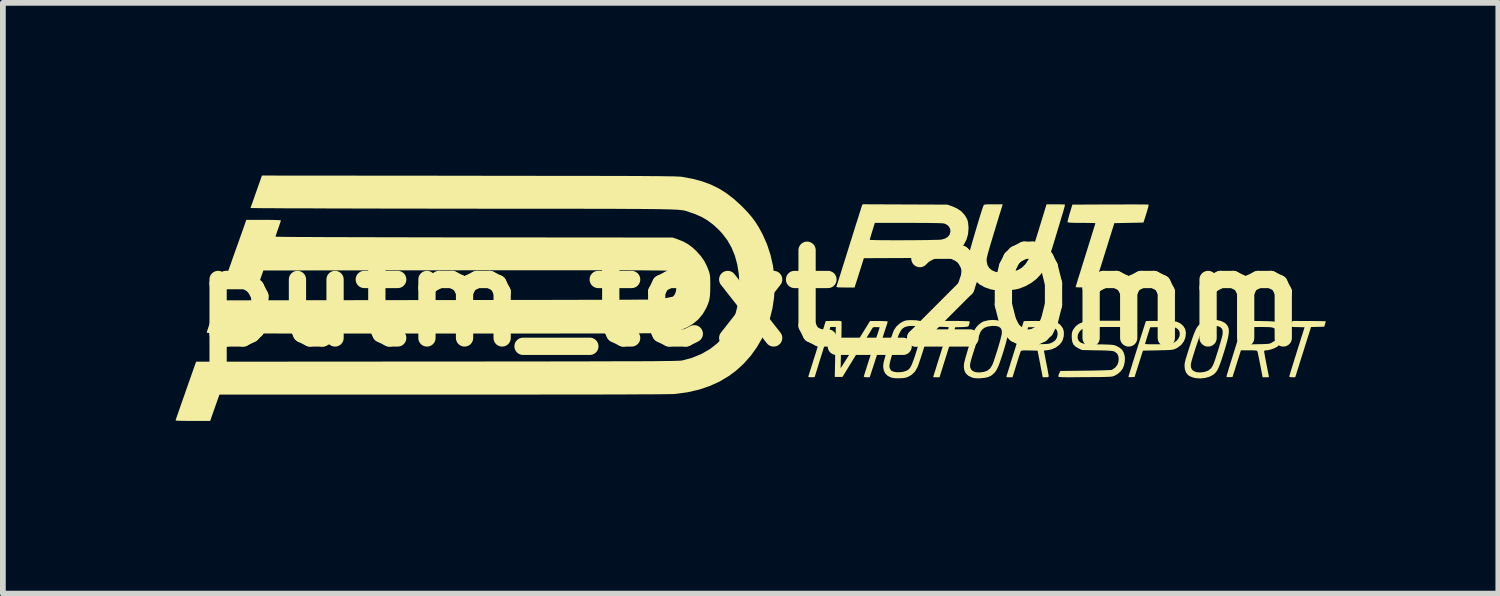
<source format=kicad_pcb>
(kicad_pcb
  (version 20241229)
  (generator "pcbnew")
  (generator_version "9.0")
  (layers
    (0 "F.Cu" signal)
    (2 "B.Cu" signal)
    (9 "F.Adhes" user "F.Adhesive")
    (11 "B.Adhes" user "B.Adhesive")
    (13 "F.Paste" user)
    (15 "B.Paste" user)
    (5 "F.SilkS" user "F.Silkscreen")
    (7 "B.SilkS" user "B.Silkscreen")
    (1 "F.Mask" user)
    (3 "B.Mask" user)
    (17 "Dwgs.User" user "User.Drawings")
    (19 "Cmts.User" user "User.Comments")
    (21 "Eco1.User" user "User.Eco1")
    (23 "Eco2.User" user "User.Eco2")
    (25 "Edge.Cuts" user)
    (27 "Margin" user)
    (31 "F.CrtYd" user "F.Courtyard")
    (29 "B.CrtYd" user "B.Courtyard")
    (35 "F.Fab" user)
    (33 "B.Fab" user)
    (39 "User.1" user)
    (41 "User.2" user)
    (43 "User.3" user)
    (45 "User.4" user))
  (footprint "putm_text_20mm"
    (layer "F.Cu")
    (at 9.992 2.132)
    (property "Reference" "putm_text_20mm" (at 0 0 0) (layer "F.SilkS") (effects (font (size 1.524 1.524) (thickness 0.3))))
    (attr board_only exclude_from_pos_files exclude_from_bom)
    (fp_poly (pts (xy 9.7 0.395) (xy 9.775 0.395) (xy 9.843 0.396) (xy 9.901 0.397) (xy 9.946 0.398) (xy 9.977 0.399) (xy 9.989 0.4) (xy 9.989 0.4) (xy 9.989 0.411) (xy 9.983 0.436) (xy 9.979 0.449) (xy 9.964 0.494) (xy 9.735 0.5) (xy 9.633 0.824) (xy 9.607 0.909) (xy 9.58 0.993) (xy 9.555 1.072) (xy 9.533 1.143) (xy 9.514 1.203) (xy 9.5 1.248) (xy 9.496 1.261) (xy 9.461 1.372) (xy 9.409 1.372) (xy 9.373 1.37) (xy 9.358 1.362) (xy 9.357 1.359) (xy 9.36 1.347) (xy 9.369 1.317) (xy 9.383 1.271) (xy 9.401 1.212) (xy 9.423 1.142) (xy 9.447 1.062) (xy 9.475 0.975) (xy 9.49 0.925) (xy 9.623 0.504) (xy 9.506 0.501) (xy 9.455 0.5) (xy 9.422 0.498) (xy 9.402 0.495) (xy 9.392 0.49) (xy 9.389 0.482) (xy 9.389 0.475) (xy 9.393 0.449) (xy 9.402 0.423) (xy 9.415 0.394)) (stroke (width 0) (type solid)) (fill yes) (layer "F.SilkS"))
    (fp_poly (pts (xy 3.522 0.394) (xy 3.596 0.394) (xy 3.663 0.395) (xy 3.72 0.397) (xy 3.765 0.398) (xy 3.794 0.4) (xy 3.805 0.402) (xy 3.805 0.403) (xy 3.802 0.431) (xy 3.794 0.461) (xy 3.784 0.483) (xy 3.78 0.488) (xy 3.765 0.493) (xy 3.734 0.497) (xy 3.692 0.5) (xy 3.66 0.501) (xy 3.553 0.504) (xy 3.281 1.372) (xy 3.226 1.372) (xy 3.195 1.372) (xy 3.175 1.37) (xy 3.171 1.368) (xy 3.174 1.357) (xy 3.183 1.329) (xy 3.196 1.285) (xy 3.215 1.227) (xy 3.236 1.158) (xy 3.261 1.079) (xy 3.288 0.993) (xy 3.306 0.936) (xy 3.335 0.846) (xy 3.361 0.762) (xy 3.385 0.686) (xy 3.405 0.621) (xy 3.422 0.568) (xy 3.434 0.53) (xy 3.44 0.508) (xy 3.441 0.504) (xy 3.432 0.502) (xy 3.405 0.5) (xy 3.367 0.498) (xy 3.324 0.497) (xy 3.274 0.495) (xy 3.241 0.494) (xy 3.221 0.491) (xy 3.212 0.486) (xy 3.21 0.478) (xy 3.21 0.469) (xy 3.217 0.44) (xy 3.226 0.419) (xy 3.239 0.394)) (stroke (width 0) (type solid)) (fill yes) (layer "F.SilkS"))
    (fp_poly (pts (xy 6.66 -1.631) (xy 6.74 -1.63) (xy 6.807 -1.63) (xy 6.859 -1.629) (xy 6.893 -1.629) (xy 6.91 -1.628) (xy 6.91 -1.628) (xy 6.913 -1.617) (xy 6.907 -1.587) (xy 6.894 -1.539) (xy 6.874 -1.471) (xy 6.873 -1.469) (xy 6.824 -1.315) (xy 6.571 -1.31) (xy 6.318 -1.305) (xy 6.144 -0.749) (xy 5.97 -0.192) (xy 5.808 -0.189) (xy 5.752 -0.189) (xy 5.705 -0.189) (xy 5.67 -0.191) (xy 5.649 -0.193) (xy 5.646 -0.194) (xy 5.649 -0.206) (xy 5.657 -0.235) (xy 5.671 -0.28) (xy 5.689 -0.34) (xy 5.712 -0.412) (xy 5.738 -0.495) (xy 5.766 -0.587) (xy 5.797 -0.686) (xy 5.817 -0.75) (xy 5.849 -0.852) (xy 5.879 -0.949) (xy 5.907 -1.037) (xy 5.931 -1.116) (xy 5.952 -1.184) (xy 5.969 -1.238) (xy 5.981 -1.277) (xy 5.988 -1.299) (xy 5.989 -1.304) (xy 5.979 -1.306) (xy 5.951 -1.307) (xy 5.908 -1.308) (xy 5.853 -1.309) (xy 5.789 -1.31) (xy 5.749 -1.31) (xy 5.668 -1.31) (xy 5.605 -1.311) (xy 5.56 -1.313) (xy 5.529 -1.315) (xy 5.512 -1.319) (xy 5.505 -1.323) (xy 5.506 -1.337) (xy 5.513 -1.367) (xy 5.524 -1.409) (xy 5.538 -1.46) (xy 5.545 -1.482) (xy 5.589 -1.627) (xy 6.244 -1.63) (xy 6.359 -1.63) (xy 6.468 -1.63) (xy 6.569 -1.631)) (stroke (width 0) (type solid)) (fill yes) (layer "F.SilkS"))
    (fp_poly (pts (xy 7.067 0.394) (xy 7.132 0.395) (xy 7.197 0.396) (xy 7.259 0.398) (xy 7.314 0.4) (xy 7.36 0.403) (xy 7.391 0.405) (xy 7.405 0.408) (xy 7.467 0.438) (xy 7.516 0.481) (xy 7.548 0.533) (xy 7.561 0.592) (xy 7.562 0.602) (xy 7.553 0.68) (xy 7.526 0.749) (xy 7.482 0.808) (xy 7.42 0.856) (xy 7.395 0.87) (xy 7.376 0.879) (xy 7.359 0.886) (xy 7.341 0.891) (xy 7.318 0.895) (xy 7.289 0.898) (xy 7.249 0.9) (xy 7.196 0.902) (xy 7.128 0.903) (xy 7.075 0.905) (xy 6.815 0.91) (xy 6.775 1.035) (xy 6.756 1.096) (xy 6.735 1.162) (xy 6.715 1.225) (xy 6.703 1.263) (xy 6.67 1.367) (xy 6.614 1.37) (xy 6.582 1.371) (xy 6.567 1.369) (xy 6.563 1.362) (xy 6.565 1.355) (xy 6.585 1.29) (xy 6.608 1.216) (xy 6.633 1.134) (xy 6.66 1.048) (xy 6.688 0.959) (xy 6.716 0.869) (xy 6.74 0.794) (xy 6.852 0.794) (xy 6.862 0.796) (xy 6.889 0.798) (xy 6.932 0.799) (xy 6.986 0.799) (xy 7.049 0.799) (xy 7.078 0.799) (xy 7.153 0.798) (xy 7.21 0.796) (xy 7.252 0.794) (xy 7.283 0.792) (xy 7.307 0.788) (xy 7.325 0.783) (xy 7.342 0.776) (xy 7.356 0.769) (xy 7.401 0.737) (xy 7.432 0.698) (xy 7.451 0.655) (xy 7.455 0.611) (xy 7.446 0.57) (xy 7.422 0.536) (xy 7.384 0.513) (xy 7.374 0.509) (xy 7.348 0.505) (xy 7.304 0.502) (xy 7.246 0.501) (xy 7.175 0.501) (xy 7.138 0.501) (xy 6.941 0.504) (xy 6.896 0.645) (xy 6.88 0.696) (xy 6.867 0.74) (xy 6.857 0.773) (xy 6.852 0.791) (xy 6.852 0.794) (xy 6.74 0.794) (xy 6.744 0.781) (xy 6.77 0.697) (xy 6.795 0.619) (xy 6.817 0.55) (xy 6.836 0.491) (xy 6.851 0.444) (xy 6.861 0.413) (xy 6.866 0.399) (xy 6.866 0.398) (xy 6.879 0.396) (xy 6.908 0.394) (xy 6.952 0.394) (xy 7.006 0.393)) (stroke (width 0) (type solid)) (fill yes) (layer "F.SilkS"))
    (fp_poly (pts (xy 4.273 0.381) (xy 4.34 0.397) (xy 4.395 0.423) (xy 4.412 0.437) (xy 4.438 0.464) (xy 4.457 0.494) (xy 4.468 0.53) (xy 4.471 0.573) (xy 4.467 0.627) (xy 4.455 0.692) (xy 4.436 0.771) (xy 4.408 0.866) (xy 4.394 0.915) (xy 4.363 1.011) (xy 4.337 1.088) (xy 4.315 1.151) (xy 4.294 1.2) (xy 4.274 1.24) (xy 4.255 1.27) (xy 4.235 1.296) (xy 4.226 1.304) (xy 4.183 1.341) (xy 4.134 1.366) (xy 4.075 1.381) (xy 4.002 1.389) (xy 3.992 1.39) (xy 3.938 1.391) (xy 3.897 1.388) (xy 3.862 1.382) (xy 3.839 1.374) (xy 3.779 1.345) (xy 3.737 1.304) (xy 3.712 1.253) (xy 3.703 1.188) (xy 3.705 1.15) (xy 3.705 1.146) (xy 3.812 1.146) (xy 3.812 1.197) (xy 3.83 1.238) (xy 3.863 1.267) (xy 3.911 1.284) (xy 3.972 1.289) (xy 4.046 1.28) (xy 4.055 1.278) (xy 4.113 1.257) (xy 4.159 1.22) (xy 4.194 1.166) (xy 4.207 1.137) (xy 4.223 1.092) (xy 4.242 1.036) (xy 4.263 0.972) (xy 4.285 0.903) (xy 4.306 0.833) (xy 4.325 0.767) (xy 4.342 0.707) (xy 4.354 0.657) (xy 4.362 0.621) (xy 4.364 0.608) (xy 4.362 0.558) (xy 4.346 0.521) (xy 4.315 0.496) (xy 4.269 0.483) (xy 4.205 0.48) (xy 4.184 0.482) (xy 4.115 0.492) (xy 4.062 0.512) (xy 4.021 0.544) (xy 3.996 0.578) (xy 3.985 0.602) (xy 3.97 0.642) (xy 3.951 0.694) (xy 3.929 0.756) (xy 3.906 0.824) (xy 3.884 0.894) (xy 3.862 0.962) (xy 3.843 1.025) (xy 3.827 1.08) (xy 3.816 1.122) (xy 3.812 1.146) (xy 3.705 1.146) (xy 3.709 1.123) (xy 3.72 1.079) (xy 3.735 1.022) (xy 3.754 0.957) (xy 3.775 0.886) (xy 3.798 0.813) (xy 3.82 0.742) (xy 3.842 0.677) (xy 3.862 0.62) (xy 3.878 0.575) (xy 3.89 0.547) (xy 3.924 0.497) (xy 3.969 0.452) (xy 4.018 0.416) (xy 4.05 0.401) (xy 4.124 0.383) (xy 4.199 0.376)) (stroke (width 0) (type solid)) (fill yes) (layer "F.SilkS"))
    (fp_poly (pts (xy 8.105 0.379) (xy 8.172 0.395) (xy 8.228 0.422) (xy 8.249 0.437) (xy 8.274 0.463) (xy 8.293 0.493) (xy 8.304 0.527) (xy 8.308 0.569) (xy 8.304 0.62) (xy 8.294 0.682) (xy 8.275 0.758) (xy 8.249 0.85) (xy 8.225 0.929) (xy 8.195 1.024) (xy 8.169 1.102) (xy 8.146 1.164) (xy 8.126 1.213) (xy 8.106 1.251) (xy 8.086 1.281) (xy 8.065 1.304) (xy 8.042 1.324) (xy 8.026 1.335) (xy 7.964 1.366) (xy 7.89 1.385) (xy 7.811 1.393) (xy 7.733 1.388) (xy 7.676 1.374) (xy 7.64 1.359) (xy 7.611 1.343) (xy 7.599 1.335) (xy 7.565 1.292) (xy 7.544 1.236) (xy 7.538 1.183) (xy 7.538 1.163) (xy 7.539 1.147) (xy 7.647 1.147) (xy 7.648 1.198) (xy 7.666 1.238) (xy 7.7 1.267) (xy 7.748 1.284) (xy 7.81 1.289) (xy 7.883 1.28) (xy 7.891 1.278) (xy 7.951 1.256) (xy 7.998 1.217) (xy 8.028 1.171) (xy 8.04 1.144) (xy 8.056 1.102) (xy 8.075 1.047) (xy 8.095 0.983) (xy 8.117 0.915) (xy 8.139 0.845) (xy 8.158 0.779) (xy 8.176 0.718) (xy 8.189 0.668) (xy 8.198 0.631) (xy 8.2 0.618) (xy 8.2 0.565) (xy 8.185 0.525) (xy 8.154 0.498) (xy 8.108 0.483) (xy 8.045 0.48) (xy 8.014 0.482) (xy 7.945 0.493) (xy 7.892 0.516) (xy 7.851 0.552) (xy 7.833 0.578) (xy 7.822 0.601) (xy 7.806 0.641) (xy 7.787 0.694) (xy 7.766 0.756) (xy 7.743 0.824) (xy 7.72 0.893) (xy 7.699 0.962) (xy 7.679 1.025) (xy 7.663 1.08) (xy 7.652 1.122) (xy 7.647 1.147) (xy 7.539 1.147) (xy 7.539 1.144) (xy 7.542 1.124) (xy 7.547 1.1) (xy 7.554 1.07) (xy 7.566 1.031) (xy 7.581 0.981) (xy 7.601 0.917) (xy 7.627 0.836) (xy 7.637 0.805) (xy 7.667 0.713) (xy 7.693 0.64) (xy 7.716 0.582) (xy 7.737 0.536) (xy 7.758 0.5) (xy 7.781 0.472) (xy 7.805 0.449) (xy 7.83 0.431) (xy 7.89 0.401) (xy 7.959 0.382) (xy 8.032 0.375)) (stroke (width 0) (type solid)) (fill yes) (layer "F.SilkS"))
    (fp_poly (pts (xy 2.68 -1.63) (xy 3.415 -1.627) (xy 3.499 -1.599) (xy 3.584 -1.561) (xy 3.657 -1.512) (xy 3.714 -1.452) (xy 3.755 -1.385) (xy 3.769 -1.349) (xy 3.777 -1.311) (xy 3.782 -1.262) (xy 3.785 -1.217) (xy 3.776 -1.112) (xy 3.749 -1.018) (xy 3.705 -0.935) (xy 3.643 -0.863) (xy 3.563 -0.801) (xy 3.465 -0.751) (xy 3.415 -0.731) (xy 3.332 -0.702) (xy 1.966 -0.696) (xy 1.918 -0.543) (xy 1.898 -0.479) (xy 1.877 -0.412) (xy 1.857 -0.349) (xy 1.84 -0.297) (xy 1.837 -0.289) (xy 1.805 -0.187) (xy 1.645 -0.187) (xy 1.581 -0.188) (xy 1.536 -0.189) (xy 1.508 -0.191) (xy 1.493 -0.195) (xy 1.489 -0.2) (xy 1.49 -0.2) (xy 1.493 -0.212) (xy 1.503 -0.242) (xy 1.518 -0.289) (xy 1.537 -0.35) (xy 1.561 -0.425) (xy 1.588 -0.512) (xy 1.618 -0.608) (xy 1.651 -0.713) (xy 1.686 -0.825) (xy 1.709 -0.899) (xy 1.745 -1.015) (xy 1.746 -1.016) (xy 2.069 -1.016) (xy 2.079 -1.014) (xy 2.108 -1.013) (xy 2.153 -1.011) (xy 2.212 -1.01) (xy 2.283 -1.009) (xy 2.365 -1.009) (xy 2.453 -1.008) (xy 2.548 -1.008) (xy 2.645 -1.008) (xy 2.744 -1.009) (xy 2.842 -1.009) (xy 2.936 -1.01) (xy 3.025 -1.011) (xy 3.106 -1.012) (xy 3.178 -1.014) (xy 3.237 -1.015) (xy 3.282 -1.017) (xy 3.311 -1.019) (xy 3.319 -1.02) (xy 3.381 -1.039) (xy 3.426 -1.068) (xy 3.456 -1.106) (xy 3.457 -1.109) (xy 3.471 -1.159) (xy 3.465 -1.207) (xy 3.443 -1.248) (xy 3.404 -1.281) (xy 3.361 -1.299) (xy 3.341 -1.302) (xy 3.3 -1.304) (xy 3.239 -1.306) (xy 3.159 -1.307) (xy 3.061 -1.309) (xy 2.944 -1.309) (xy 2.809 -1.31) (xy 2.74 -1.31) (xy 2.157 -1.31) (xy 2.113 -1.167) (xy 2.097 -1.115) (xy 2.084 -1.071) (xy 2.074 -1.038) (xy 2.069 -1.019) (xy 2.069 -1.016) (xy 1.746 -1.016) (xy 1.78 -1.125) (xy 1.812 -1.228) (xy 1.842 -1.322) (xy 1.869 -1.406) (xy 1.891 -1.478) (xy 1.91 -1.535) (xy 1.923 -1.578) (xy 1.932 -1.603) (xy 1.934 -1.609) (xy 1.944 -1.633)) (stroke (width 0) (type solid)) (fill yes) (layer "F.SilkS"))
    (fp_poly (pts (xy 2.882 0.383) (xy 2.941 0.394) (xy 2.987 0.414) (xy 3.023 0.444) (xy 3.044 0.471) (xy 3.059 0.496) (xy 3.067 0.52) (xy 3.071 0.55) (xy 3.071 0.592) (xy 3.07 0.62) (xy 3.067 0.65) (xy 3.061 0.683) (xy 3.051 0.724) (xy 3.037 0.775) (xy 3.017 0.839) (xy 2.995 0.91) (xy 2.973 0.98) (xy 2.951 1.047) (xy 2.931 1.106) (xy 2.914 1.155) (xy 2.901 1.19) (xy 2.896 1.201) (xy 2.855 1.272) (xy 2.801 1.326) (xy 2.748 1.358) (xy 2.716 1.372) (xy 2.684 1.381) (xy 2.646 1.387) (xy 2.594 1.389) (xy 2.591 1.39) (xy 2.522 1.39) (xy 2.47 1.384) (xy 2.441 1.377) (xy 2.382 1.349) (xy 2.339 1.307) (xy 2.312 1.253) (xy 2.302 1.189) (xy 2.302 1.18) (xy 2.41 1.18) (xy 2.412 1.199) (xy 2.417 1.216) (xy 2.424 1.23) (xy 2.434 1.248) (xy 2.442 1.258) (xy 2.458 1.266) (xy 2.482 1.275) (xy 2.527 1.284) (xy 2.583 1.285) (xy 2.641 1.279) (xy 2.693 1.264) (xy 2.709 1.258) (xy 2.732 1.245) (xy 2.751 1.229) (xy 2.769 1.207) (xy 2.787 1.177) (xy 2.805 1.137) (xy 2.825 1.084) (xy 2.849 1.016) (xy 2.876 0.932) (xy 2.887 0.896) (xy 2.915 0.803) (xy 2.937 0.728) (xy 2.952 0.668) (xy 2.961 0.621) (xy 2.964 0.584) (xy 2.961 0.556) (xy 2.954 0.535) (xy 2.941 0.518) (xy 2.938 0.515) (xy 2.904 0.494) (xy 2.855 0.482) (xy 2.794 0.48) (xy 2.759 0.482) (xy 2.714 0.49) (xy 2.677 0.501) (xy 2.646 0.52) (xy 2.619 0.547) (xy 2.595 0.586) (xy 2.57 0.639) (xy 2.545 0.707) (xy 2.517 0.789) (xy 2.486 0.887) (xy 2.461 0.968) (xy 2.441 1.033) (xy 2.427 1.084) (xy 2.417 1.125) (xy 2.412 1.156) (xy 2.41 1.18) (xy 2.302 1.18) (xy 2.307 1.126) (xy 2.315 1.092) (xy 2.328 1.044) (xy 2.345 0.984) (xy 2.365 0.917) (xy 2.388 0.845) (xy 2.411 0.774) (xy 2.433 0.706) (xy 2.454 0.646) (xy 2.472 0.596) (xy 2.486 0.561) (xy 2.49 0.551) (xy 2.532 0.49) (xy 2.589 0.438) (xy 2.646 0.404) (xy 2.674 0.392) (xy 2.703 0.385) (xy 2.739 0.381) (xy 2.787 0.38) (xy 2.807 0.38)) (stroke (width 0) (type solid)) (fill yes) (layer "F.SilkS"))
    (fp_poly (pts (xy 4.371 -1.609) (xy 4.367 -1.594) (xy 4.357 -1.562) (xy 4.342 -1.514) (xy 4.323 -1.453) (xy 4.301 -1.38) (xy 4.276 -1.298) (xy 4.249 -1.209) (xy 4.229 -1.144) (xy 4.197 -1.037) (xy 4.17 -0.948) (xy 4.149 -0.876) (xy 4.132 -0.817) (xy 4.119 -0.77) (xy 4.11 -0.733) (xy 4.104 -0.705) (xy 4.1 -0.682) (xy 4.099 -0.664) (xy 4.099 -0.648) (xy 4.1 -0.641) (xy 4.114 -0.577) (xy 4.145 -0.525) (xy 4.192 -0.486) (xy 4.255 -0.459) (xy 4.333 -0.445) (xy 4.425 -0.443) (xy 4.473 -0.447) (xy 4.57 -0.465) (xy 4.651 -0.494) (xy 4.719 -0.537) (xy 4.776 -0.596) (xy 4.825 -0.671) (xy 4.845 -0.711) (xy 4.857 -0.74) (xy 4.873 -0.785) (xy 4.894 -0.846) (xy 4.918 -0.918) (xy 4.945 -0.999) (xy 4.973 -1.088) (xy 5.002 -1.18) (xy 5.012 -1.214) (xy 5.14 -1.632) (xy 5.297 -1.632) (xy 5.353 -1.632) (xy 5.4 -1.631) (xy 5.436 -1.63) (xy 5.457 -1.628) (xy 5.46 -1.627) (xy 5.459 -1.616) (xy 5.453 -1.588) (xy 5.441 -1.547) (xy 5.427 -1.495) (xy 5.409 -1.437) (xy 5.391 -1.378) (xy 5.369 -1.303) (xy 5.343 -1.218) (xy 5.316 -1.127) (xy 5.288 -1.035) (xy 5.261 -0.946) (xy 5.259 -0.941) (xy 5.226 -0.833) (xy 5.198 -0.743) (xy 5.172 -0.669) (xy 5.148 -0.606) (xy 5.125 -0.554) (xy 5.102 -0.508) (xy 5.077 -0.468) (xy 5.05 -0.43) (xy 5.037 -0.413) (xy 4.965 -0.336) (xy 4.876 -0.268) (xy 4.776 -0.211) (xy 4.669 -0.169) (xy 4.658 -0.166) (xy 4.6 -0.153) (xy 4.529 -0.144) (xy 4.449 -0.139) (xy 4.367 -0.137) (xy 4.288 -0.139) (xy 4.219 -0.146) (xy 4.173 -0.154) (xy 4.068 -0.19) (xy 3.98 -0.238) (xy 3.907 -0.3) (xy 3.85 -0.375) (xy 3.809 -0.463) (xy 3.806 -0.471) (xy 3.783 -0.566) (xy 3.777 -0.658) (xy 3.783 -0.728) (xy 3.788 -0.751) (xy 3.799 -0.791) (xy 3.813 -0.846) (xy 3.832 -0.912) (xy 3.853 -0.987) (xy 3.877 -1.068) (xy 3.902 -1.153) (xy 3.927 -1.238) (xy 3.952 -1.32) (xy 3.975 -1.398) (xy 3.997 -1.468) (xy 4.016 -1.527) (xy 4.031 -1.573) (xy 4.042 -1.603) (xy 4.044 -1.609) (xy 4.049 -1.618) (xy 4.056 -1.624) (xy 4.069 -1.628) (xy 4.09 -1.631) (xy 4.124 -1.632) (xy 4.174 -1.632) (xy 4.216 -1.632) (xy 4.379 -1.632)) (stroke (width 0) (type solid)) (fill yes) (layer "F.SilkS"))
    (fp_poly (pts (xy 1.537 0.393) (xy 1.562 0.395) (xy 1.575 0.4) (xy 1.578 0.404) (xy 1.579 0.417) (xy 1.579 0.449) (xy 1.579 0.496) (xy 1.578 0.558) (xy 1.577 0.631) (xy 1.575 0.712) (xy 1.573 0.801) (xy 1.572 0.814) (xy 1.57 0.903) (xy 1.568 0.985) (xy 1.566 1.058) (xy 1.565 1.119) (xy 1.564 1.167) (xy 1.563 1.199) (xy 1.564 1.213) (xy 1.564 1.214) (xy 1.569 1.206) (xy 1.585 1.182) (xy 1.609 1.143) (xy 1.641 1.093) (xy 1.68 1.031) (xy 1.724 0.96) (xy 1.773 0.882) (xy 1.82 0.806) (xy 2.074 0.395) (xy 2.227 0.395) (xy 2.281 0.396) (xy 2.327 0.397) (xy 2.361 0.399) (xy 2.379 0.402) (xy 2.381 0.403) (xy 2.378 0.416) (xy 2.37 0.443) (xy 2.358 0.481) (xy 2.35 0.504) (xy 2.34 0.535) (xy 2.324 0.584) (xy 2.304 0.646) (xy 2.28 0.719) (xy 2.254 0.801) (xy 2.225 0.888) (xy 2.196 0.978) (xy 2.194 0.985) (xy 2.068 1.372) (xy 2.017 1.372) (xy 1.981 1.37) (xy 1.966 1.362) (xy 1.965 1.359) (xy 1.969 1.347) (xy 1.978 1.317) (xy 1.992 1.272) (xy 2.011 1.213) (xy 2.033 1.142) (xy 2.059 1.063) (xy 2.087 0.976) (xy 2.104 0.925) (xy 2.242 0.504) (xy 2.185 0.501) (xy 2.145 0.501) (xy 2.123 0.508) (xy 2.12 0.511) (xy 2.113 0.523) (xy 2.096 0.55) (xy 2.071 0.592) (xy 2.038 0.645) (xy 1.999 0.71) (xy 1.954 0.783) (xy 1.905 0.862) (xy 1.853 0.946) (xy 1.594 1.367) (xy 1.461 1.367) (xy 1.462 1.331) (xy 1.462 1.312) (xy 1.463 1.276) (xy 1.464 1.223) (xy 1.465 1.158) (xy 1.467 1.082) (xy 1.468 0.997) (xy 1.47 0.907) (xy 1.47 0.897) (xy 1.479 0.499) (xy 1.384 0.499) (xy 1.332 0.663) (xy 1.304 0.75) (xy 1.276 0.84) (xy 1.248 0.929) (xy 1.221 1.016) (xy 1.195 1.098) (xy 1.172 1.173) (xy 1.152 1.239) (xy 1.135 1.294) (xy 1.122 1.335) (xy 1.114 1.36) (xy 1.112 1.368) (xy 1.103 1.37) (xy 1.079 1.372) (xy 1.054 1.372) (xy 1.02 1.371) (xy 1.003 1.366) (xy 1.001 1.359) (xy 1.005 1.347) (xy 1.015 1.317) (xy 1.029 1.271) (xy 1.048 1.211) (xy 1.071 1.14) (xy 1.096 1.058) (xy 1.125 0.968) (xy 1.155 0.873) (xy 1.155 0.871) (xy 1.304 0.396) (xy 1.439 0.393) (xy 1.496 0.392)) (stroke (width 0) (type solid)) (fill yes) (layer "F.SilkS"))
    (fp_poly (pts (xy 8.737 0.394) (xy 8.825 0.395) (xy 8.839 0.395) (xy 8.92 0.397) (xy 8.983 0.398) (xy 9.031 0.4) (xy 9.066 0.402) (xy 9.092 0.405) (xy 9.111 0.41) (xy 9.127 0.415) (xy 9.141 0.422) (xy 9.148 0.426) (xy 9.205 0.467) (xy 9.242 0.516) (xy 9.26 0.573) (xy 9.262 0.588) (xy 9.259 0.662) (xy 9.238 0.731) (xy 9.201 0.792) (xy 9.151 0.84) (xy 9.141 0.846) (xy 9.096 0.869) (xy 9.043 0.888) (xy 8.991 0.901) (xy 8.955 0.905) (xy 8.93 0.908) (xy 8.921 0.918) (xy 8.921 0.923) (xy 8.923 0.938) (xy 8.928 0.971) (xy 8.936 1.017) (xy 8.947 1.073) (xy 8.959 1.136) (xy 8.962 1.152) (xy 8.975 1.216) (xy 8.986 1.272) (xy 8.995 1.318) (xy 9.001 1.351) (xy 9.004 1.367) (xy 9.004 1.368) (xy 8.994 1.371) (xy 8.97 1.372) (xy 8.949 1.372) (xy 8.894 1.372) (xy 8.854 1.162) (xy 8.841 1.097) (xy 8.829 1.038) (xy 8.819 0.988) (xy 8.811 0.951) (xy 8.806 0.93) (xy 8.805 0.928) (xy 8.801 0.919) (xy 8.793 0.912) (xy 8.78 0.908) (xy 8.756 0.906) (xy 8.72 0.905) (xy 8.666 0.905) (xy 8.657 0.905) (xy 8.517 0.905) (xy 8.474 1.042) (xy 8.454 1.103) (xy 8.434 1.167) (xy 8.416 1.227) (xy 8.401 1.274) (xy 8.371 1.367) (xy 8.319 1.37) (xy 8.284 1.37) (xy 8.267 1.365) (xy 8.266 1.362) (xy 8.269 1.349) (xy 8.277 1.319) (xy 8.291 1.274) (xy 8.308 1.217) (xy 8.329 1.149) (xy 8.353 1.073) (xy 8.378 0.992) (xy 8.404 0.908) (xy 8.431 0.822) (xy 8.437 0.802) (xy 8.548 0.802) (xy 8.779 0.799) (xy 8.854 0.797) (xy 8.913 0.796) (xy 8.956 0.794) (xy 8.988 0.792) (xy 9.011 0.788) (xy 9.029 0.783) (xy 9.044 0.776) (xy 9.051 0.773) (xy 9.099 0.741) (xy 9.131 0.702) (xy 9.151 0.654) (xy 9.157 0.603) (xy 9.146 0.563) (xy 9.117 0.532) (xy 9.093 0.519) (xy 9.076 0.512) (xy 9.055 0.507) (xy 9.029 0.503) (xy 8.993 0.501) (xy 8.944 0.5) (xy 8.879 0.499) (xy 8.845 0.499) (xy 8.782 0.5) (xy 8.727 0.501) (xy 8.683 0.502) (xy 8.653 0.504) (xy 8.64 0.506) (xy 8.64 0.507) (xy 8.637 0.519) (xy 8.628 0.547) (xy 8.616 0.588) (xy 8.601 0.637) (xy 8.594 0.658) (xy 8.548 0.802) (xy 8.437 0.802) (xy 8.457 0.739) (xy 8.482 0.66) (xy 8.506 0.587) (xy 8.526 0.522) (xy 8.544 0.469) (xy 8.557 0.43) (xy 8.565 0.406) (xy 8.568 0.4) (xy 8.581 0.397) (xy 8.614 0.395) (xy 8.666 0.394)) (stroke (width 0) (type solid)) (fill yes) (layer "F.SilkS"))
    (fp_poly (pts (xy 4.997 0.395) (xy 5.088 0.395) (xy 5.161 0.397) (xy 5.218 0.4) (xy 5.264 0.406) (xy 5.299 0.414) (xy 5.327 0.425) (xy 5.351 0.439) (xy 5.374 0.458) (xy 5.384 0.467) (xy 5.422 0.518) (xy 5.441 0.577) (xy 5.441 0.644) (xy 5.438 0.663) (xy 5.424 0.718) (xy 5.403 0.761) (xy 5.37 0.801) (xy 5.358 0.813) (xy 5.297 0.858) (xy 5.224 0.889) (xy 5.156 0.902) (xy 5.123 0.905) (xy 5.101 0.908) (xy 5.095 0.91) (xy 5.096 0.921) (xy 5.102 0.949) (xy 5.11 0.991) (xy 5.12 1.044) (xy 5.132 1.106) (xy 5.136 1.125) (xy 5.149 1.189) (xy 5.16 1.248) (xy 5.168 1.296) (xy 5.175 1.332) (xy 5.178 1.352) (xy 5.178 1.354) (xy 5.174 1.365) (xy 5.16 1.371) (xy 5.13 1.372) (xy 5.126 1.372) (xy 5.096 1.372) (xy 5.077 1.371) (xy 5.073 1.37) (xy 5.071 1.359) (xy 5.066 1.331) (xy 5.058 1.289) (xy 5.047 1.235) (xy 5.035 1.172) (xy 5.029 1.138) (xy 4.984 0.91) (xy 4.842 0.907) (xy 4.785 0.906) (xy 4.745 0.906) (xy 4.719 0.908) (xy 4.703 0.911) (xy 4.695 0.917) (xy 4.691 0.922) (xy 4.686 0.938) (xy 4.675 0.969) (xy 4.66 1.015) (xy 4.643 1.07) (xy 4.623 1.133) (xy 4.616 1.157) (xy 4.549 1.372) (xy 4.494 1.372) (xy 4.462 1.372) (xy 4.446 1.368) (xy 4.443 1.36) (xy 4.444 1.354) (xy 4.448 1.341) (xy 4.458 1.31) (xy 4.473 1.263) (xy 4.492 1.202) (xy 4.514 1.13) (xy 4.54 1.048) (xy 4.568 0.958) (xy 4.596 0.869) (xy 4.619 0.794) (xy 4.731 0.794) (xy 4.741 0.796) (xy 4.768 0.798) (xy 4.811 0.799) (xy 4.865 0.799) (xy 4.928 0.799) (xy 4.957 0.799) (xy 5.032 0.797) (xy 5.089 0.796) (xy 5.132 0.794) (xy 5.164 0.792) (xy 5.187 0.788) (xy 5.206 0.782) (xy 5.223 0.775) (xy 5.232 0.771) (xy 5.266 0.751) (xy 5.295 0.726) (xy 5.304 0.715) (xy 5.323 0.677) (xy 5.332 0.632) (xy 5.33 0.589) (xy 5.319 0.556) (xy 5.304 0.537) (xy 5.287 0.523) (xy 5.264 0.513) (xy 5.232 0.507) (xy 5.189 0.503) (xy 5.131 0.501) (xy 5.056 0.501) (xy 5.025 0.501) (xy 4.82 0.504) (xy 4.776 0.645) (xy 4.76 0.696) (xy 4.746 0.74) (xy 4.736 0.773) (xy 4.731 0.791) (xy 4.731 0.794) (xy 4.619 0.794) (xy 4.625 0.774) (xy 4.653 0.686) (xy 4.678 0.606) (xy 4.7 0.536) (xy 4.719 0.479) (xy 4.733 0.435) (xy 4.742 0.407) (xy 4.746 0.398) (xy 4.757 0.396) (xy 4.786 0.396) (xy 4.829 0.395) (xy 4.885 0.395) (xy 4.95 0.394)) (stroke (width 0) (type solid)) (fill yes) (layer "F.SilkS"))
    (fp_poly (pts (xy 6.378 0.39) (xy 6.463 0.39) (xy 6.531 0.39) (xy 6.584 0.391) (xy 6.623 0.392) (xy 6.651 0.394) (xy 6.67 0.396) (xy 6.681 0.398) (xy 6.686 0.402) (xy 6.687 0.406) (xy 6.687 0.411) (xy 6.68 0.435) (xy 6.67 0.464) (xy 6.669 0.465) (xy 6.655 0.499) (xy 6.253 0.499) (xy 6.136 0.499) (xy 6.038 0.5) (xy 5.959 0.501) (xy 5.897 0.503) (xy 5.852 0.506) (xy 5.821 0.509) (xy 5.809 0.512) (xy 5.758 0.536) (xy 5.717 0.573) (xy 5.69 0.618) (xy 5.682 0.646) (xy 5.681 0.697) (xy 5.697 0.737) (xy 5.73 0.767) (xy 5.744 0.775) (xy 5.759 0.781) (xy 5.776 0.786) (xy 5.799 0.79) (xy 5.829 0.793) (xy 5.87 0.796) (xy 5.924 0.798) (xy 5.994 0.8) (xy 6.046 0.801) (xy 6.127 0.802) (xy 6.19 0.804) (xy 6.238 0.806) (xy 6.275 0.809) (xy 6.302 0.812) (xy 6.323 0.817) (xy 6.341 0.823) (xy 6.358 0.83) (xy 6.415 0.862) (xy 6.455 0.899) (xy 6.482 0.947) (xy 6.498 1.001) (xy 6.502 1.051) (xy 6.498 1.11) (xy 6.485 1.168) (xy 6.467 1.215) (xy 6.428 1.27) (xy 6.374 1.317) (xy 6.327 1.343) (xy 6.314 1.349) (xy 6.301 1.354) (xy 6.287 1.358) (xy 6.268 1.361) (xy 6.244 1.363) (xy 6.212 1.365) (xy 6.169 1.366) (xy 6.115 1.368) (xy 6.048 1.369) (xy 5.964 1.369) (xy 5.862 1.37) (xy 5.809 1.37) (xy 5.699 1.371) (xy 5.607 1.372) (xy 5.533 1.372) (xy 5.474 1.372) (xy 5.429 1.371) (xy 5.396 1.37) (xy 5.372 1.368) (xy 5.357 1.366) (xy 5.349 1.363) (xy 5.345 1.359) (xy 5.345 1.355) (xy 5.345 1.355) (xy 5.349 1.333) (xy 5.36 1.305) (xy 5.363 1.3) (xy 5.381 1.263) (xy 5.817 1.258) (xy 5.911 1.257) (xy 5.999 1.255) (xy 6.079 1.253) (xy 6.148 1.251) (xy 6.205 1.249) (xy 6.246 1.247) (xy 6.27 1.244) (xy 6.275 1.243) (xy 6.33 1.208) (xy 6.369 1.16) (xy 6.39 1.102) (xy 6.394 1.057) (xy 6.387 1.003) (xy 6.367 0.962) (xy 6.33 0.932) (xy 6.324 0.929) (xy 6.31 0.923) (xy 6.292 0.918) (xy 6.269 0.914) (xy 6.237 0.912) (xy 6.194 0.909) (xy 6.137 0.907) (xy 6.063 0.905) (xy 6.02 0.905) (xy 5.755 0.899) (xy 5.694 0.87) (xy 5.643 0.839) (xy 5.608 0.804) (xy 5.588 0.759) (xy 5.579 0.702) (xy 5.578 0.671) (xy 5.579 0.626) (xy 5.583 0.594) (xy 5.592 0.567) (xy 5.607 0.539) (xy 5.607 0.538) (xy 5.649 0.484) (xy 5.704 0.443) (xy 5.775 0.413) (xy 5.789 0.409) (xy 5.808 0.404) (xy 5.829 0.4) (xy 5.853 0.397) (xy 5.884 0.395) (xy 5.922 0.393) (xy 5.971 0.391) (xy 6.032 0.391) (xy 6.108 0.39) (xy 6.201 0.39) (xy 6.275 0.39)) (stroke (width 0) (type solid)) (fill yes) (layer "F.SilkS"))
    (fp_poly (pts (xy -8.385 -1.362) (xy -8.315 -1.361) (xy -8.256 -1.36) (xy -8.209 -1.358) (xy -8.177 -1.356) (xy -8.162 -1.353) (xy -8.162 -1.353) (xy -8.165 -1.34) (xy -8.174 -1.312) (xy -8.188 -1.272) (xy -8.204 -1.224) (xy -8.208 -1.212) (xy -8.226 -1.163) (xy -8.24 -1.12) (xy -8.25 -1.089) (xy -8.255 -1.072) (xy -8.255 -1.07) (xy -8.245 -1.069) (xy -8.214 -1.069) (xy -8.164 -1.068) (xy -8.094 -1.067) (xy -8.005 -1.066) (xy -7.897 -1.065) (xy -7.772 -1.065) (xy -7.629 -1.064) (xy -7.468 -1.063) (xy -7.291 -1.062) (xy -7.098 -1.062) (xy -6.889 -1.061) (xy -6.665 -1.061) (xy -6.426 -1.06) (xy -6.172 -1.06) (xy -5.905 -1.059) (xy -5.624 -1.059) (xy -5.33 -1.058) (xy -5.023 -1.058) (xy -4.806 -1.058) (xy -1.357 -1.055) (xy -1.274 -1.027) (xy -1.174 -0.987) (xy -1.087 -0.939) (xy -1.007 -0.879) (xy -0.941 -0.817) (xy -0.865 -0.732) (xy -0.806 -0.647) (xy -0.758 -0.553) (xy -0.731 -0.483) (xy -0.72 -0.452) (xy -0.713 -0.425) (xy -0.708 -0.398) (xy -0.704 -0.366) (xy -0.703 -0.325) (xy -0.702 -0.271) (xy -0.702 -0.218) (xy -0.703 -0.134) (xy -0.706 -0.065) (xy -0.713 -0.007) (xy -0.723 0.044) (xy -0.739 0.093) (xy -0.761 0.145) (xy -0.773 0.172) (xy -0.834 0.276) (xy -0.91 0.367) (xy -1.002 0.444) (xy -1.108 0.507) (xy -1.227 0.555) (xy -1.36 0.589) (xy -1.449 0.602) (xy -1.467 0.603) (xy -1.502 0.604) (xy -1.554 0.605) (xy -1.623 0.606) (xy -1.709 0.607) (xy -1.812 0.608) (xy -1.934 0.609) (xy -2.073 0.609) (xy -2.231 0.61) (xy -2.406 0.611) (xy -2.601 0.611) (xy -2.814 0.612) (xy -3.046 0.612) (xy -3.297 0.612) (xy -3.568 0.613) (xy -3.858 0.613) (xy -4.168 0.613) (xy -4.498 0.613) (xy -4.848 0.613) (xy -5.219 0.613) (xy -5.5 0.613) (xy -5.841 0.613) (xy -6.162 0.613) (xy -6.463 0.613) (xy -6.746 0.613) (xy -7.01 0.613) (xy -7.257 0.613) (xy -7.486 0.613) (xy -7.699 0.613) (xy -7.896 0.613) (xy -8.077 0.613) (xy -8.244 0.612) (xy -8.397 0.612) (xy -8.537 0.612) (xy -8.664 0.612) (xy -8.778 0.611) (xy -8.881 0.611) (xy -8.973 0.61) (xy -9.055 0.61) (xy -9.126 0.609) (xy -9.189 0.609) (xy -9.243 0.608) (xy -9.289 0.607) (xy -9.328 0.606) (xy -9.36 0.605) (xy -9.386 0.604) (xy -9.407 0.603) (xy -9.423 0.602) (xy -9.434 0.601) (xy -9.442 0.6) (xy -9.447 0.598) (xy -9.45 0.597) (xy -9.45 0.595) (xy -9.45 0.595) (xy -9.447 0.581) (xy -9.437 0.55) (xy -9.422 0.505) (xy -9.403 0.448) (xy -9.38 0.383) (xy -9.355 0.311) (xy -9.354 0.307) (xy -9.258 0.036) (xy -5.344 0.031) (xy -5.004 0.031) (xy -4.684 0.03) (xy -4.384 0.03) (xy -4.102 0.029) (xy -3.839 0.029) (xy -3.594 0.029) (xy -3.366 0.028) (xy -3.154 0.028) (xy -2.958 0.027) (xy -2.777 0.027) (xy -2.611 0.027) (xy -2.459 0.026) (xy -2.32 0.026) (xy -2.194 0.025) (xy -2.08 0.025) (xy -1.978 0.024) (xy -1.886 0.023) (xy -1.805 0.023) (xy -1.733 0.022) (xy -1.67 0.021) (xy -1.616 0.02) (xy -1.57 0.02) (xy -1.53 0.019) (xy -1.497 0.018) (xy -1.47 0.017) (xy -1.449 0.016) (xy -1.432 0.014) (xy -1.419 0.013) (xy -1.41 0.012) (xy -1.403 0.01) (xy -1.398 0.009) (xy -1.397 0.008) (xy -1.35 -0.026) (xy -1.317 -0.07) (xy -1.297 -0.127) (xy -1.291 -0.198) (xy -1.291 -0.238) (xy -1.302 -0.317) (xy -1.324 -0.38) (xy -1.359 -0.428) (xy -1.408 -0.462) (xy -1.45 -0.478) (xy -1.46 -0.479) (xy -1.481 -0.48) (xy -1.515 -0.481) (xy -1.56 -0.482) (xy -1.618 -0.483) (xy -1.69 -0.483) (xy -1.775 -0.484) (xy -1.874 -0.485) (xy -1.988 -0.485) (xy -2.117 -0.486) (xy -2.261 -0.486) (xy -2.422 -0.487) (xy -2.598 -0.487) (xy -2.792 -0.487) (xy -3.002 -0.487) (xy -3.231 -0.487) (xy -3.477 -0.487) (xy -3.742 -0.487) (xy -4.026 -0.487) (xy -4.33 -0.487) (xy -4.653 -0.487) (xy -4.979 -0.486) (xy -8.466 -0.483) (xy -8.582 -0.156) (xy -9.19 -0.156) (xy -9.176 -0.195) (xy -9.169 -0.215) (xy -9.156 -0.252) (xy -9.137 -0.304) (xy -9.114 -0.369) (xy -9.088 -0.443) (xy -9.059 -0.526) (xy -9.027 -0.615) (xy -8.995 -0.707) (xy -8.962 -0.8) (xy -8.929 -0.892) (xy -8.897 -0.981) (xy -8.868 -1.064) (xy -8.841 -1.139) (xy -8.818 -1.204) (xy -8.8 -1.257) (xy -8.786 -1.295) (xy -8.779 -1.316) (xy -8.778 -1.318) (xy -8.763 -1.362) (xy -8.462 -1.362)) (stroke (width 0) (type solid)) (fill yes) (layer "F.SilkS"))
    (fp_poly (pts (xy -4.893 -2.129) (xy -4.566 -2.128) (xy -4.259 -2.128) (xy -3.971 -2.128) (xy -3.703 -2.127) (xy -3.452 -2.127) (xy -3.22 -2.127) (xy -3.004 -2.126) (xy -2.804 -2.126) (xy -2.62 -2.126) (xy -2.45 -2.125) (xy -2.295 -2.125) (xy -2.153 -2.125) (xy -2.025 -2.124) (xy -1.908 -2.124) (xy -1.803 -2.123) (xy -1.71 -2.122) (xy -1.626 -2.122) (xy -1.552 -2.121) (xy -1.487 -2.12) (xy -1.43 -2.119) (xy -1.381 -2.118) (xy -1.339 -2.118) (xy -1.303 -2.116) (xy -1.273 -2.115) (xy -1.248 -2.114) (xy -1.228 -2.113) (xy -1.211 -2.112) (xy -1.197 -2.11) (xy -1.186 -2.109) (xy -1.185 -2.108) (xy -1.007 -2.075) (xy -0.845 -2.032) (xy -0.696 -1.977) (xy -0.557 -1.91) (xy -0.425 -1.828) (xy -0.297 -1.73) (xy -0.17 -1.615) (xy -0.145 -1.591) (xy -0.057 -1.499) (xy 0.017 -1.413) (xy 0.082 -1.326) (xy 0.14 -1.234) (xy 0.196 -1.131) (xy 0.208 -1.109) (xy 0.286 -0.932) (xy 0.345 -0.751) (xy 0.387 -0.567) (xy 0.411 -0.38) (xy 0.417 -0.194) (xy 0.406 -0.008) (xy 0.378 0.175) (xy 0.334 0.353) (xy 0.274 0.527) (xy 0.199 0.693) (xy 0.108 0.85) (xy 0.002 0.998) (xy -0.119 1.134) (xy -0.253 1.257) (xy -0.383 1.353) (xy -0.543 1.448) (xy -0.716 1.526) (xy -0.901 1.588) (xy -1.096 1.633) (xy -1.302 1.661) (xy -1.324 1.663) (xy -1.346 1.664) (xy -1.387 1.665) (xy -1.447 1.666) (xy -1.525 1.667) (xy -1.621 1.668) (xy -1.737 1.669) (xy -1.871 1.669) (xy -2.024 1.67) (xy -2.197 1.671) (xy -2.388 1.671) (xy -2.6 1.672) (xy -2.831 1.672) (xy -3.081 1.673) (xy -3.352 1.673) (xy -3.642 1.673) (xy -3.953 1.674) (xy -4.284 1.674) (xy -4.635 1.674) (xy -5.007 1.674) (xy -5.343 1.674) (xy -9.23 1.674) (xy -9.391 2.131) (xy -9.691 2.131) (xy -9.768 2.131) (xy -9.837 2.13) (xy -9.897 2.129) (xy -9.944 2.128) (xy -9.977 2.126) (xy -9.991 2.124) (xy -9.992 2.124) (xy -9.989 2.113) (xy -9.979 2.084) (xy -9.964 2.039) (xy -9.943 1.98) (xy -9.919 1.91) (xy -9.891 1.829) (xy -9.859 1.739) (xy -9.825 1.643) (xy -9.814 1.609) (xy -9.635 1.102) (xy -5.449 1.099) (xy -5.096 1.099) (xy -4.763 1.099) (xy -4.45 1.098) (xy -4.155 1.098) (xy -3.879 1.098) (xy -3.621 1.098) (xy -3.38 1.097) (xy -3.155 1.097) (xy -2.947 1.097) (xy -2.754 1.096) (xy -2.575 1.096) (xy -2.411 1.095) (xy -2.261 1.095) (xy -2.123 1.095) (xy -1.998 1.094) (xy -1.885 1.094) (xy -1.782 1.093) (xy -1.691 1.093) (xy -1.609 1.092) (xy -1.536 1.091) (xy -1.473 1.09) (xy -1.417 1.09) (xy -1.369 1.089) (xy -1.328 1.088) (xy -1.294 1.087) (xy -1.265 1.086) (xy -1.241 1.085) (xy -1.222 1.084) (xy -1.207 1.082) (xy -1.195 1.081) (xy -1.186 1.08) (xy -1.183 1.079) (xy -1.021 1.035) (xy -0.865 0.972) (xy -0.832 0.955) (xy -0.699 0.876) (xy -0.581 0.783) (xy -0.478 0.675) (xy -0.391 0.554) (xy -0.319 0.419) (xy -0.264 0.272) (xy -0.224 0.113) (xy -0.223 0.108) (xy -0.214 0.039) (xy -0.206 -0.044) (xy -0.201 -0.135) (xy -0.199 -0.228) (xy -0.2 -0.317) (xy -0.204 -0.395) (xy -0.207 -0.426) (xy -0.234 -0.59) (xy -0.275 -0.741) (xy -0.332 -0.879) (xy -0.403 -1.005) (xy -0.491 -1.121) (xy -0.551 -1.186) (xy -0.65 -1.278) (xy -0.75 -1.353) (xy -0.855 -1.414) (xy -0.97 -1.464) (xy -1.037 -1.487) (xy -1.055 -1.493) (xy -1.07 -1.498) (xy -1.084 -1.504) (xy -1.098 -1.508) (xy -1.111 -1.513) (xy -1.125 -1.517) (xy -1.14 -1.521) (xy -1.157 -1.525) (xy -1.176 -1.528) (xy -1.199 -1.531) (xy -1.225 -1.534) (xy -1.256 -1.537) (xy -1.292 -1.539) (xy -1.334 -1.541) (xy -1.382 -1.543) (xy -1.438 -1.545) (xy -1.501 -1.546) (xy -1.572 -1.548) (xy -1.653 -1.549) (xy -1.744 -1.55) (xy -1.844 -1.551) (xy -1.956 -1.552) (xy -2.08 -1.552) (xy -2.216 -1.553) (xy -2.365 -1.554) (xy -2.528 -1.554) (xy -2.705 -1.554) (xy -2.897 -1.555) (xy -3.104 -1.555) (xy -3.328 -1.555) (xy -3.569 -1.555) (xy -3.828 -1.556) (xy -4.105 -1.556) (xy -4.4 -1.556) (xy -4.716 -1.556) (xy -4.999 -1.557) (xy -5.275 -1.557) (xy -5.546 -1.557) (xy -5.81 -1.558) (xy -6.067 -1.558) (xy -6.317 -1.558) (xy -6.559 -1.559) (xy -6.791 -1.559) (xy -7.014 -1.56) (xy -7.226 -1.56) (xy -7.427 -1.561) (xy -7.616 -1.562) (xy -7.792 -1.562) (xy -7.955 -1.563) (xy -8.103 -1.563) (xy -8.237 -1.564) (xy -8.355 -1.565) (xy -8.456 -1.565) (xy -8.54 -1.566) (xy -8.606 -1.567) (xy -8.654 -1.567) (xy -8.682 -1.568) (xy -8.69 -1.569) (xy -8.686 -1.58) (xy -8.676 -1.609) (xy -8.66 -1.652) (xy -8.641 -1.707) (xy -8.618 -1.772) (xy -8.593 -1.843) (xy -8.589 -1.855) (xy -8.491 -2.132)) (stroke (width 0) (type solid)) (fill yes) (layer "F.SilkS")))
  (gr_rect
    (start -3 -3)
    (end 22.981 7.263)
    (stroke (width 0.1) (type default))
    (fill no)
    (layer "Edge.Cuts")))
</source>
